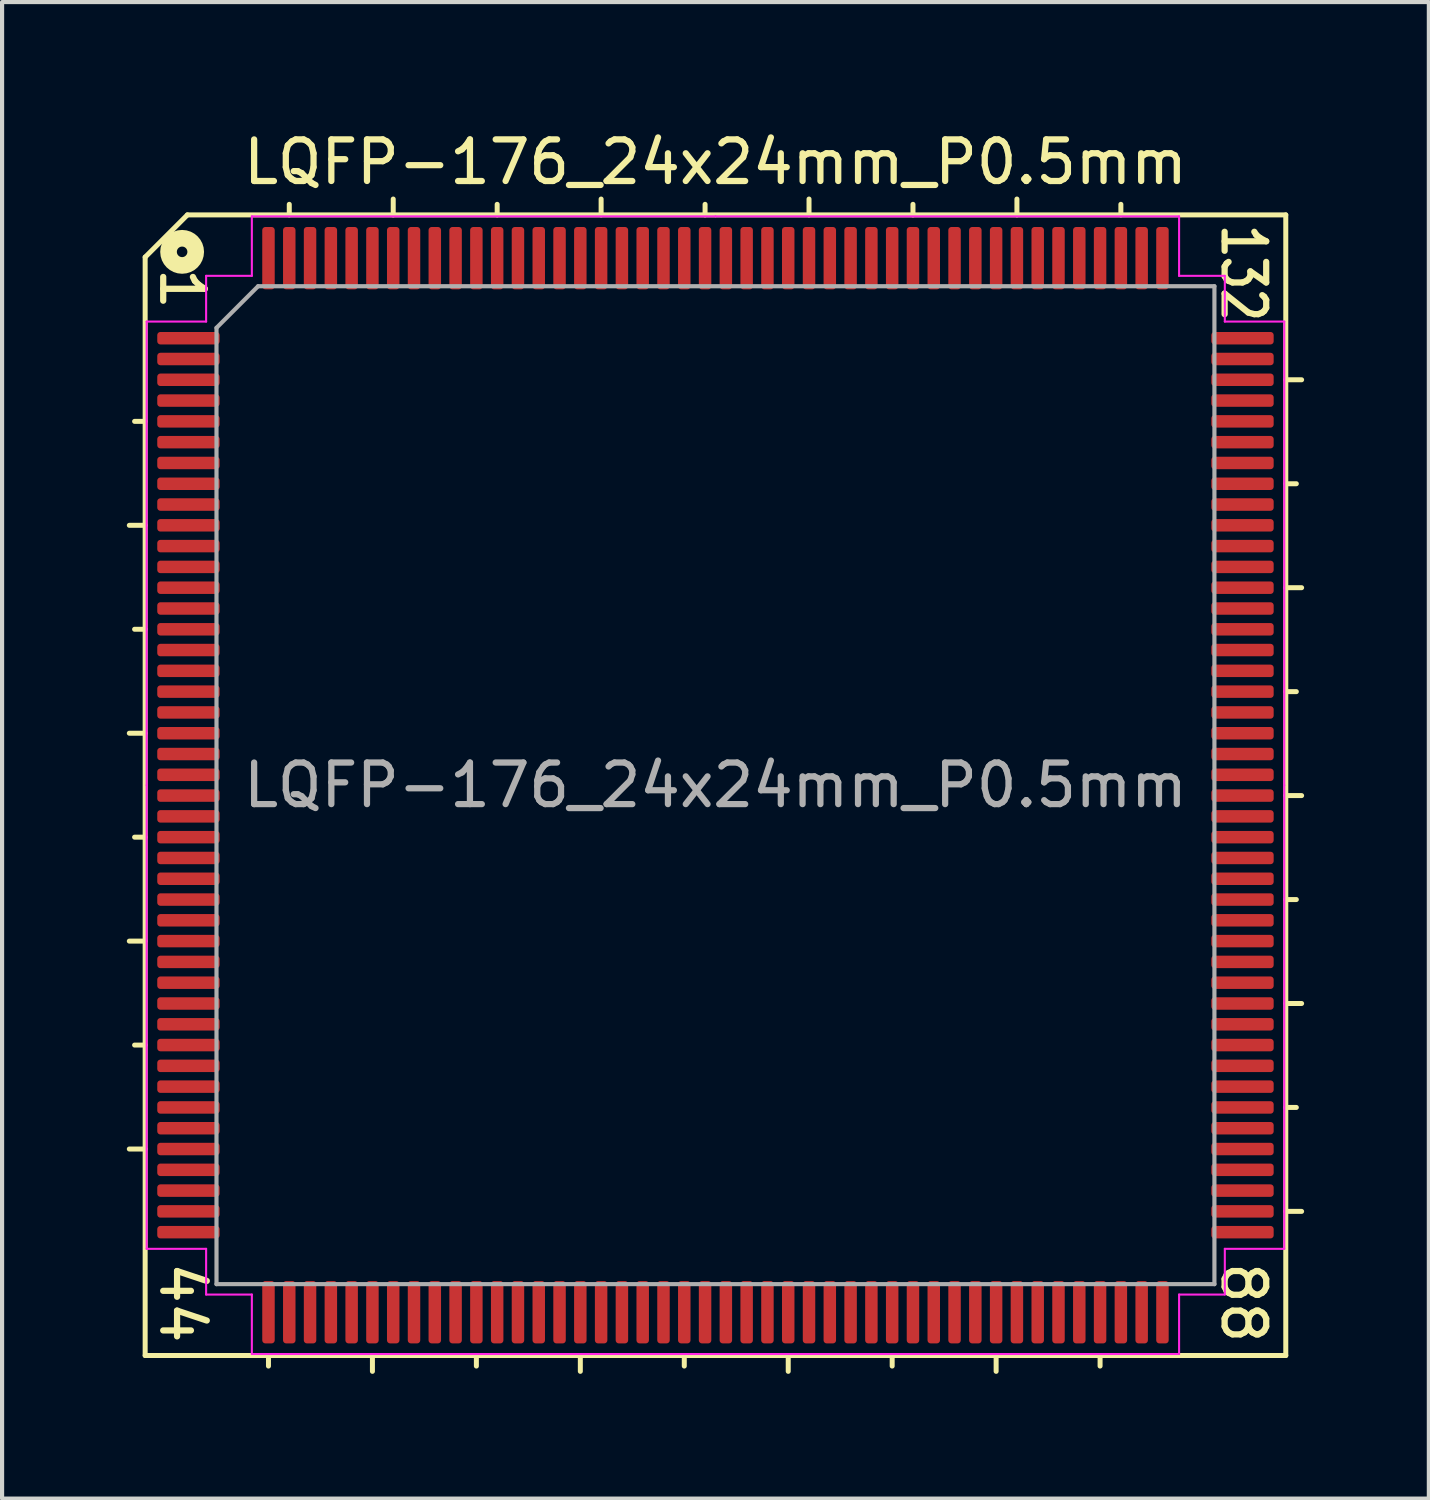
<source format=kicad_pcb>
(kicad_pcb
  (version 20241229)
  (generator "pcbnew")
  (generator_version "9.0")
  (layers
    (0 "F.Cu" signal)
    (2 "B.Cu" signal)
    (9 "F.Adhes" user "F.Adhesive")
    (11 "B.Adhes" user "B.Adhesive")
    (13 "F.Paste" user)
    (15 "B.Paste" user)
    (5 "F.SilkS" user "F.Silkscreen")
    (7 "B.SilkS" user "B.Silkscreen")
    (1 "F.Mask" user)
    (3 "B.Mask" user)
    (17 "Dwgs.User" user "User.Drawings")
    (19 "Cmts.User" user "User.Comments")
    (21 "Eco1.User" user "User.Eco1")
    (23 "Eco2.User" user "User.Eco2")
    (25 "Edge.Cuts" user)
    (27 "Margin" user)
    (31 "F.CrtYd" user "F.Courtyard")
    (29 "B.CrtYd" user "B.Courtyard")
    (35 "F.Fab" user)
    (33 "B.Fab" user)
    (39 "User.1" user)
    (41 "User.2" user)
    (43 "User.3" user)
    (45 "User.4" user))
  (footprint "LQFP-176_24x24mm_P0.5mm"
    (layer "F.Cu")
    (at 14.157 15.834)
    (property "Reference" "LQFP-176_24x24mm_P0.5mm" (at 0 -14.986 0) (layer "F.SilkS") (effects (font (size 1 1) (thickness 0.15))))
    (attr smd)
    (fp_line (start -13.716 -12.7) (end -13.716 13.716) (stroke (width 0.12) (type solid)) (layer "F.SilkS"))
    (fp_line (start -13.716 -8.75) (end -13.97 -8.75) (stroke (width 0.12) (type solid)) (layer "F.SilkS"))
    (fp_line (start -13.716 -6.25) (end -14.097 -6.25) (stroke (width 0.12) (type solid)) (layer "F.SilkS"))
    (fp_line (start -13.716 -3.75) (end -13.97 -3.75) (stroke (width 0.12) (type solid)) (layer "F.SilkS"))
    (fp_line (start -13.716 -1.25) (end -14.097 -1.25) (stroke (width 0.12) (type solid)) (layer "F.SilkS"))
    (fp_line (start -13.716 1.25) (end -13.97 1.25) (stroke (width 0.12) (type solid)) (layer "F.SilkS"))
    (fp_line (start -13.716 3.75) (end -14.097 3.75) (stroke (width 0.12) (type solid)) (layer "F.SilkS"))
    (fp_line (start -13.716 6.25) (end -13.97 6.25) (stroke (width 0.12) (type solid)) (layer "F.SilkS"))
    (fp_line (start -13.716 8.75) (end -14.097 8.75) (stroke (width 0.12) (type solid)) (layer "F.SilkS"))
    (fp_line (start -13.716 13.716) (end 13.716 13.716) (stroke (width 0.12) (type solid)) (layer "F.SilkS"))
    (fp_line (start -12.7 -13.716) (end -13.716 -12.7) (stroke (width 0.12) (type solid)) (layer "F.SilkS"))
    (fp_line (start -10.75 13.716) (end -10.75 13.97) (stroke (width 0.12) (type solid)) (layer "F.SilkS"))
    (fp_line (start -10.25 -13.716) (end -10.25 -13.97) (stroke (width 0.12) (type solid)) (layer "F.SilkS"))
    (fp_line (start -8.25 13.716) (end -8.25 14.097) (stroke (width 0.12) (type solid)) (layer "F.SilkS"))
    (fp_line (start -7.75 -13.716) (end -7.75 -14.097) (stroke (width 0.12) (type solid)) (layer "F.SilkS"))
    (fp_line (start -5.75 13.716) (end -5.75 13.97) (stroke (width 0.12) (type solid)) (layer "F.SilkS"))
    (fp_line (start -5.25 -13.716) (end -5.25 -13.97) (stroke (width 0.12) (type solid)) (layer "F.SilkS"))
    (fp_line (start -3.25 13.716) (end -3.25 14.097) (stroke (width 0.12) (type solid)) (layer "F.SilkS"))
    (fp_line (start -2.75 -13.716) (end -2.75 -14.097) (stroke (width 0.12) (type solid)) (layer "F.SilkS"))
    (fp_line (start -0.75 13.716) (end -0.75 13.97) (stroke (width 0.12) (type solid)) (layer "F.SilkS"))
    (fp_line (start -0.25 -13.716) (end -0.25 -13.97) (stroke (width 0.12) (type solid)) (layer "F.SilkS"))
    (fp_line (start 1.75 13.716) (end 1.75 14.097) (stroke (width 0.12) (type solid)) (layer "F.SilkS"))
    (fp_line (start 2.25 -13.716) (end 2.25 -14.097) (stroke (width 0.12) (type solid)) (layer "F.SilkS"))
    (fp_line (start 4.25 13.716) (end 4.25 13.97) (stroke (width 0.12) (type solid)) (layer "F.SilkS"))
    (fp_line (start 4.75 -13.716) (end 4.75 -13.97) (stroke (width 0.12) (type solid)) (layer "F.SilkS"))
    (fp_line (start 6.75 13.716) (end 6.75 14.097) (stroke (width 0.12) (type solid)) (layer "F.SilkS"))
    (fp_line (start 7.25 -13.716) (end 7.25 -14.097) (stroke (width 0.12) (type solid)) (layer "F.SilkS"))
    (fp_line (start 9.25 13.716) (end 9.25 13.97) (stroke (width 0.12) (type solid)) (layer "F.SilkS"))
    (fp_line (start 9.75 -13.716) (end 9.75 -13.97) (stroke (width 0.12) (type solid)) (layer "F.SilkS"))
    (fp_line (start 13.716 -13.716) (end -12.7 -13.716) (stroke (width 0.12) (type solid)) (layer "F.SilkS"))
    (fp_line (start 13.716 -9.75) (end 14.097 -9.75) (stroke (width 0.12) (type solid)) (layer "F.SilkS"))
    (fp_line (start 13.716 -7.25) (end 13.97 -7.25) (stroke (width 0.12) (type solid)) (layer "F.SilkS"))
    (fp_line (start 13.716 -4.75) (end 14.097 -4.75) (stroke (width 0.12) (type solid)) (layer "F.SilkS"))
    (fp_line (start 13.716 -2.25) (end 13.97 -2.25) (stroke (width 0.12) (type solid)) (layer "F.SilkS"))
    (fp_line (start 13.716 0.25) (end 14.097 0.25) (stroke (width 0.12) (type solid)) (layer "F.SilkS"))
    (fp_line (start 13.716 2.75) (end 13.97 2.75) (stroke (width 0.12) (type solid)) (layer "F.SilkS"))
    (fp_line (start 13.716 5.25) (end 14.097 5.25) (stroke (width 0.12) (type solid)) (layer "F.SilkS"))
    (fp_line (start 13.716 7.75) (end 13.97 7.75) (stroke (width 0.12) (type solid)) (layer "F.SilkS"))
    (fp_line (start 13.716 10.25) (end 14.097 10.25) (stroke (width 0.12) (type solid)) (layer "F.SilkS"))
    (fp_line (start 13.716 13.716) (end 13.716 -13.716) (stroke (width 0.12) (type solid)) (layer "F.SilkS"))
    (fp_circle (center -12.827 -12.827) (end -12.7 -12.827) (stroke (width 0.4) (type solid)) (fill no) (layer "F.SilkS"))
    (fp_line (start -13.68 -11.15) (end -13.68 0) (stroke (width 0.05) (type solid)) (layer "F.CrtYd"))
    (fp_line (start -13.68 11.15) (end -13.68 0) (stroke (width 0.05) (type solid)) (layer "F.CrtYd"))
    (fp_line (start -12.25 -12.25) (end -12.25 -11.15) (stroke (width 0.05) (type solid)) (layer "F.CrtYd"))
    (fp_line (start -12.25 -11.15) (end -13.68 -11.15) (stroke (width 0.05) (type solid)) (layer "F.CrtYd"))
    (fp_line (start -12.25 11.15) (end -13.68 11.15) (stroke (width 0.05) (type solid)) (layer "F.CrtYd"))
    (fp_line (start -12.25 12.25) (end -12.25 11.15) (stroke (width 0.05) (type solid)) (layer "F.CrtYd"))
    (fp_line (start -11.15 -13.68) (end -11.15 -12.25) (stroke (width 0.05) (type solid)) (layer "F.CrtYd"))
    (fp_line (start -11.15 -12.25) (end -12.25 -12.25) (stroke (width 0.05) (type solid)) (layer "F.CrtYd"))
    (fp_line (start -11.15 12.25) (end -12.25 12.25) (stroke (width 0.05) (type solid)) (layer "F.CrtYd"))
    (fp_line (start -11.15 13.68) (end -11.15 12.25) (stroke (width 0.05) (type solid)) (layer "F.CrtYd"))
    (fp_line (start 0 -13.68) (end -11.15 -13.68) (stroke (width 0.05) (type solid)) (layer "F.CrtYd"))
    (fp_line (start 0 -13.68) (end 11.15 -13.68) (stroke (width 0.05) (type solid)) (layer "F.CrtYd"))
    (fp_line (start 0 13.68) (end -11.15 13.68) (stroke (width 0.05) (type solid)) (layer "F.CrtYd"))
    (fp_line (start 0 13.68) (end 11.15 13.68) (stroke (width 0.05) (type solid)) (layer "F.CrtYd"))
    (fp_line (start 11.15 -13.68) (end 11.15 -12.25) (stroke (width 0.05) (type solid)) (layer "F.CrtYd"))
    (fp_line (start 11.15 -12.25) (end 12.25 -12.25) (stroke (width 0.05) (type solid)) (layer "F.CrtYd"))
    (fp_line (start 11.15 12.25) (end 12.25 12.25) (stroke (width 0.05) (type solid)) (layer "F.CrtYd"))
    (fp_line (start 11.15 13.68) (end 11.15 12.25) (stroke (width 0.05) (type solid)) (layer "F.CrtYd"))
    (fp_line (start 12.25 -12.25) (end 12.25 -11.15) (stroke (width 0.05) (type solid)) (layer "F.CrtYd"))
    (fp_line (start 12.25 -11.15) (end 13.68 -11.15) (stroke (width 0.05) (type solid)) (layer "F.CrtYd"))
    (fp_line (start 12.25 11.15) (end 13.68 11.15) (stroke (width 0.05) (type solid)) (layer "F.CrtYd"))
    (fp_line (start 12.25 12.25) (end 12.25 11.15) (stroke (width 0.05) (type solid)) (layer "F.CrtYd"))
    (fp_line (start 13.68 -11.15) (end 13.68 0) (stroke (width 0.05) (type solid)) (layer "F.CrtYd"))
    (fp_line (start 13.68 11.15) (end 13.68 0) (stroke (width 0.05) (type solid)) (layer "F.CrtYd"))
    (fp_line (start -12 -11) (end -11 -12) (stroke (width 0.1) (type solid)) (layer "F.Fab"))
    (fp_line (start -12 12) (end -12 -11) (stroke (width 0.1) (type solid)) (layer "F.Fab"))
    (fp_line (start -11 -12) (end 12 -12) (stroke (width 0.1) (type solid)) (layer "F.Fab"))
    (fp_line (start 12 -12) (end 12 12) (stroke (width 0.1) (type solid)) (layer "F.Fab"))
    (fp_line (start 12 12) (end -12 12) (stroke (width 0.1) (type solid)) (layer "F.Fab"))
    (fp_text user "132" (at 12.7 -12.319 270) (unlocked yes) (layer "F.SilkS") (effects (font (size 1 0.8) (thickness 0.15))))
    (fp_text user "1" (at -12.827 -11.938 270) (unlocked yes) (layer "F.SilkS") (effects (font (size 1 1) (thickness 0.15))))
    (fp_text user "44" (at -12.827 12.446 270) (unlocked yes) (layer "F.SilkS") (effects (font (size 1 1) (thickness 0.15))))
    (fp_text user "88" (at 12.7 12.446 270) (unlocked yes) (layer "F.SilkS") (effects (font (size 1 1) (thickness 0.15))))
    (fp_text user "${REFERENCE}" (at 0 0 0) (layer "F.Fab") (effects (font (size 1 1) (thickness 0.15))))
    (pad "1" smd roundrect (at -12.675 -10.75) (size 1.5 0.3) (layers "F.Cu" "F.Mask" "F.Paste") (roundrect_rratio 0.25))
    (pad "2" smd roundrect (at -12.675 -10.25) (size 1.5 0.3) (layers "F.Cu" "F.Mask" "F.Paste") (roundrect_rratio 0.25))
    (pad "3" smd roundrect (at -12.675 -9.75) (size 1.5 0.3) (layers "F.Cu" "F.Mask" "F.Paste") (roundrect_rratio 0.25))
    (pad "4" smd roundrect (at -12.675 -9.25) (size 1.5 0.3) (layers "F.Cu" "F.Mask" "F.Paste") (roundrect_rratio 0.25))
    (pad "5" smd roundrect (at -12.675 -8.75) (size 1.5 0.3) (layers "F.Cu" "F.Mask" "F.Paste") (roundrect_rratio 0.25))
    (pad "6" smd roundrect (at -12.675 -8.25) (size 1.5 0.3) (layers "F.Cu" "F.Mask" "F.Paste") (roundrect_rratio 0.25))
    (pad "7" smd roundrect (at -12.675 -7.75) (size 1.5 0.3) (layers "F.Cu" "F.Mask" "F.Paste") (roundrect_rratio 0.25))
    (pad "8" smd roundrect (at -12.675 -7.25) (size 1.5 0.3) (layers "F.Cu" "F.Mask" "F.Paste") (roundrect_rratio 0.25))
    (pad "9" smd roundrect (at -12.675 -6.75) (size 1.5 0.3) (layers "F.Cu" "F.Mask" "F.Paste") (roundrect_rratio 0.25))
    (pad "10" smd roundrect (at -12.675 -6.25) (size 1.5 0.3) (layers "F.Cu" "F.Mask" "F.Paste") (roundrect_rratio 0.25))
    (pad "11" smd roundrect (at -12.675 -5.75) (size 1.5 0.3) (layers "F.Cu" "F.Mask" "F.Paste") (roundrect_rratio 0.25))
    (pad "12" smd roundrect (at -12.675 -5.25) (size 1.5 0.3) (layers "F.Cu" "F.Mask" "F.Paste") (roundrect_rratio 0.25))
    (pad "13" smd roundrect (at -12.675 -4.75) (size 1.5 0.3) (layers "F.Cu" "F.Mask" "F.Paste") (roundrect_rratio 0.25))
    (pad "14" smd roundrect (at -12.675 -4.25) (size 1.5 0.3) (layers "F.Cu" "F.Mask" "F.Paste") (roundrect_rratio 0.25))
    (pad "15" smd roundrect (at -12.675 -3.75) (size 1.5 0.3) (layers "F.Cu" "F.Mask" "F.Paste") (roundrect_rratio 0.25))
    (pad "16" smd roundrect (at -12.675 -3.25) (size 1.5 0.3) (layers "F.Cu" "F.Mask" "F.Paste") (roundrect_rratio 0.25))
    (pad "17" smd roundrect (at -12.675 -2.75) (size 1.5 0.3) (layers "F.Cu" "F.Mask" "F.Paste") (roundrect_rratio 0.25))
    (pad "18" smd roundrect (at -12.675 -2.25) (size 1.5 0.3) (layers "F.Cu" "F.Mask" "F.Paste") (roundrect_rratio 0.25))
    (pad "19" smd roundrect (at -12.675 -1.75) (size 1.5 0.3) (layers "F.Cu" "F.Mask" "F.Paste") (roundrect_rratio 0.25))
    (pad "20" smd roundrect (at -12.675 -1.25) (size 1.5 0.3) (layers "F.Cu" "F.Mask" "F.Paste") (roundrect_rratio 0.25))
    (pad "21" smd roundrect (at -12.675 -0.75) (size 1.5 0.3) (layers "F.Cu" "F.Mask" "F.Paste") (roundrect_rratio 0.25))
    (pad "22" smd roundrect (at -12.675 -0.25) (size 1.5 0.3) (layers "F.Cu" "F.Mask" "F.Paste") (roundrect_rratio 0.25))
    (pad "23" smd roundrect (at -12.675 0.25) (size 1.5 0.3) (layers "F.Cu" "F.Mask" "F.Paste") (roundrect_rratio 0.25))
    (pad "24" smd roundrect (at -12.675 0.75) (size 1.5 0.3) (layers "F.Cu" "F.Mask" "F.Paste") (roundrect_rratio 0.25))
    (pad "25" smd roundrect (at -12.675 1.25) (size 1.5 0.3) (layers "F.Cu" "F.Mask" "F.Paste") (roundrect_rratio 0.25))
    (pad "26" smd roundrect (at -12.675 1.75) (size 1.5 0.3) (layers "F.Cu" "F.Mask" "F.Paste") (roundrect_rratio 0.25))
    (pad "27" smd roundrect (at -12.675 2.25) (size 1.5 0.3) (layers "F.Cu" "F.Mask" "F.Paste") (roundrect_rratio 0.25))
    (pad "28" smd roundrect (at -12.675 2.75) (size 1.5 0.3) (layers "F.Cu" "F.Mask" "F.Paste") (roundrect_rratio 0.25))
    (pad "29" smd roundrect (at -12.675 3.25) (size 1.5 0.3) (layers "F.Cu" "F.Mask" "F.Paste") (roundrect_rratio 0.25))
    (pad "30" smd roundrect (at -12.675 3.75) (size 1.5 0.3) (layers "F.Cu" "F.Mask" "F.Paste") (roundrect_rratio 0.25))
    (pad "31" smd roundrect (at -12.675 4.25) (size 1.5 0.3) (layers "F.Cu" "F.Mask" "F.Paste") (roundrect_rratio 0.25))
    (pad "32" smd roundrect (at -12.675 4.75) (size 1.5 0.3) (layers "F.Cu" "F.Mask" "F.Paste") (roundrect_rratio 0.25))
    (pad "33" smd roundrect (at -12.675 5.25) (size 1.5 0.3) (layers "F.Cu" "F.Mask" "F.Paste") (roundrect_rratio 0.25))
    (pad "34" smd roundrect (at -12.675 5.75) (size 1.5 0.3) (layers "F.Cu" "F.Mask" "F.Paste") (roundrect_rratio 0.25))
    (pad "35" smd roundrect (at -12.675 6.25) (size 1.5 0.3) (layers "F.Cu" "F.Mask" "F.Paste") (roundrect_rratio 0.25))
    (pad "36" smd roundrect (at -12.675 6.75) (size 1.5 0.3) (layers "F.Cu" "F.Mask" "F.Paste") (roundrect_rratio 0.25))
    (pad "37" smd roundrect (at -12.675 7.25) (size 1.5 0.3) (layers "F.Cu" "F.Mask" "F.Paste") (roundrect_rratio 0.25))
    (pad "38" smd roundrect (at -12.675 7.75) (size 1.5 0.3) (layers "F.Cu" "F.Mask" "F.Paste") (roundrect_rratio 0.25))
    (pad "39" smd roundrect (at -12.675 8.25) (size 1.5 0.3) (layers "F.Cu" "F.Mask" "F.Paste") (roundrect_rratio 0.25))
    (pad "40" smd roundrect (at -12.675 8.75) (size 1.5 0.3) (layers "F.Cu" "F.Mask" "F.Paste") (roundrect_rratio 0.25))
    (pad "41" smd roundrect (at -12.675 9.25) (size 1.5 0.3) (layers "F.Cu" "F.Mask" "F.Paste") (roundrect_rratio 0.25))
    (pad "42" smd roundrect (at -12.675 9.75) (size 1.5 0.3) (layers "F.Cu" "F.Mask" "F.Paste") (roundrect_rratio 0.25))
    (pad "43" smd roundrect (at -12.675 10.25) (size 1.5 0.3) (layers "F.Cu" "F.Mask" "F.Paste") (roundrect_rratio 0.25))
    (pad "44" smd roundrect (at -12.675 10.75) (size 1.5 0.3) (layers "F.Cu" "F.Mask" "F.Paste") (roundrect_rratio 0.25))
    (pad "45" smd roundrect (at -10.75 12.675) (size 0.3 1.5) (layers "F.Cu" "F.Mask" "F.Paste") (roundrect_rratio 0.25))
    (pad "46" smd roundrect (at -10.25 12.675) (size 0.3 1.5) (layers "F.Cu" "F.Mask" "F.Paste") (roundrect_rratio 0.25))
    (pad "47" smd roundrect (at -9.75 12.675) (size 0.3 1.5) (layers "F.Cu" "F.Mask" "F.Paste") (roundrect_rratio 0.25))
    (pad "48" smd roundrect (at -9.25 12.675) (size 0.3 1.5) (layers "F.Cu" "F.Mask" "F.Paste") (roundrect_rratio 0.25))
    (pad "49" smd roundrect (at -8.75 12.675) (size 0.3 1.5) (layers "F.Cu" "F.Mask" "F.Paste") (roundrect_rratio 0.25))
    (pad "50" smd roundrect (at -8.25 12.675) (size 0.3 1.5) (layers "F.Cu" "F.Mask" "F.Paste") (roundrect_rratio 0.25))
    (pad "51" smd roundrect (at -7.75 12.675) (size 0.3 1.5) (layers "F.Cu" "F.Mask" "F.Paste") (roundrect_rratio 0.25))
    (pad "52" smd roundrect (at -7.25 12.675) (size 0.3 1.5) (layers "F.Cu" "F.Mask" "F.Paste") (roundrect_rratio 0.25))
    (pad "53" smd roundrect (at -6.75 12.675) (size 0.3 1.5) (layers "F.Cu" "F.Mask" "F.Paste") (roundrect_rratio 0.25))
    (pad "54" smd roundrect (at -6.25 12.675) (size 0.3 1.5) (layers "F.Cu" "F.Mask" "F.Paste") (roundrect_rratio 0.25))
    (pad "55" smd roundrect (at -5.75 12.675) (size 0.3 1.5) (layers "F.Cu" "F.Mask" "F.Paste") (roundrect_rratio 0.25))
    (pad "56" smd roundrect (at -5.25 12.675) (size 0.3 1.5) (layers "F.Cu" "F.Mask" "F.Paste") (roundrect_rratio 0.25))
    (pad "57" smd roundrect (at -4.75 12.675) (size 0.3 1.5) (layers "F.Cu" "F.Mask" "F.Paste") (roundrect_rratio 0.25))
    (pad "58" smd roundrect (at -4.25 12.675) (size 0.3 1.5) (layers "F.Cu" "F.Mask" "F.Paste") (roundrect_rratio 0.25))
    (pad "59" smd roundrect (at -3.75 12.675) (size 0.3 1.5) (layers "F.Cu" "F.Mask" "F.Paste") (roundrect_rratio 0.25))
    (pad "60" smd roundrect (at -3.25 12.675) (size 0.3 1.5) (layers "F.Cu" "F.Mask" "F.Paste") (roundrect_rratio 0.25))
    (pad "61" smd roundrect (at -2.75 12.675) (size 0.3 1.5) (layers "F.Cu" "F.Mask" "F.Paste") (roundrect_rratio 0.25))
    (pad "62" smd roundrect (at -2.25 12.675) (size 0.3 1.5) (layers "F.Cu" "F.Mask" "F.Paste") (roundrect_rratio 0.25))
    (pad "63" smd roundrect (at -1.75 12.675) (size 0.3 1.5) (layers "F.Cu" "F.Mask" "F.Paste") (roundrect_rratio 0.25))
    (pad "64" smd roundrect (at -1.25 12.675) (size 0.3 1.5) (layers "F.Cu" "F.Mask" "F.Paste") (roundrect_rratio 0.25))
    (pad "65" smd roundrect (at -0.75 12.675) (size 0.3 1.5) (layers "F.Cu" "F.Mask" "F.Paste") (roundrect_rratio 0.25))
    (pad "66" smd roundrect (at -0.25 12.675) (size 0.3 1.5) (layers "F.Cu" "F.Mask" "F.Paste") (roundrect_rratio 0.25))
    (pad "67" smd roundrect (at 0.25 12.675) (size 0.3 1.5) (layers "F.Cu" "F.Mask" "F.Paste") (roundrect_rratio 0.25))
    (pad "68" smd roundrect (at 0.75 12.675) (size 0.3 1.5) (layers "F.Cu" "F.Mask" "F.Paste") (roundrect_rratio 0.25))
    (pad "69" smd roundrect (at 1.25 12.675) (size 0.3 1.5) (layers "F.Cu" "F.Mask" "F.Paste") (roundrect_rratio 0.25))
    (pad "70" smd roundrect (at 1.75 12.675) (size 0.3 1.5) (layers "F.Cu" "F.Mask" "F.Paste") (roundrect_rratio 0.25))
    (pad "71" smd roundrect (at 2.25 12.675) (size 0.3 1.5) (layers "F.Cu" "F.Mask" "F.Paste") (roundrect_rratio 0.25))
    (pad "72" smd roundrect (at 2.75 12.675) (size 0.3 1.5) (layers "F.Cu" "F.Mask" "F.Paste") (roundrect_rratio 0.25))
    (pad "73" smd roundrect (at 3.25 12.675) (size 0.3 1.5) (layers "F.Cu" "F.Mask" "F.Paste") (roundrect_rratio 0.25))
    (pad "74" smd roundrect (at 3.75 12.675) (size 0.3 1.5) (layers "F.Cu" "F.Mask" "F.Paste") (roundrect_rratio 0.25))
    (pad "75" smd roundrect (at 4.25 12.675) (size 0.3 1.5) (layers "F.Cu" "F.Mask" "F.Paste") (roundrect_rratio 0.25))
    (pad "76" smd roundrect (at 4.75 12.675) (size 0.3 1.5) (layers "F.Cu" "F.Mask" "F.Paste") (roundrect_rratio 0.25))
    (pad "77" smd roundrect (at 5.25 12.675) (size 0.3 1.5) (layers "F.Cu" "F.Mask" "F.Paste") (roundrect_rratio 0.25))
    (pad "78" smd roundrect (at 5.75 12.675) (size 0.3 1.5) (layers "F.Cu" "F.Mask" "F.Paste") (roundrect_rratio 0.25))
    (pad "79" smd roundrect (at 6.25 12.675) (size 0.3 1.5) (layers "F.Cu" "F.Mask" "F.Paste") (roundrect_rratio 0.25))
    (pad "80" smd roundrect (at 6.75 12.675) (size 0.3 1.5) (layers "F.Cu" "F.Mask" "F.Paste") (roundrect_rratio 0.25))
    (pad "81" smd roundrect (at 7.25 12.675) (size 0.3 1.5) (layers "F.Cu" "F.Mask" "F.Paste") (roundrect_rratio 0.25))
    (pad "82" smd roundrect (at 7.75 12.675) (size 0.3 1.5) (layers "F.Cu" "F.Mask" "F.Paste") (roundrect_rratio 0.25))
    (pad "83" smd roundrect (at 8.25 12.675) (size 0.3 1.5) (layers "F.Cu" "F.Mask" "F.Paste") (roundrect_rratio 0.25))
    (pad "84" smd roundrect (at 8.75 12.675) (size 0.3 1.5) (layers "F.Cu" "F.Mask" "F.Paste") (roundrect_rratio 0.25))
    (pad "85" smd roundrect (at 9.25 12.675) (size 0.3 1.5) (layers "F.Cu" "F.Mask" "F.Paste") (roundrect_rratio 0.25))
    (pad "86" smd roundrect (at 9.75 12.675) (size 0.3 1.5) (layers "F.Cu" "F.Mask" "F.Paste") (roundrect_rratio 0.25))
    (pad "87" smd roundrect (at 10.25 12.675) (size 0.3 1.5) (layers "F.Cu" "F.Mask" "F.Paste") (roundrect_rratio 0.25))
    (pad "88" smd roundrect (at 10.75 12.675) (size 0.3 1.5) (layers "F.Cu" "F.Mask" "F.Paste") (roundrect_rratio 0.25))
    (pad "89" smd roundrect (at 12.675 10.75) (size 1.5 0.3) (layers "F.Cu" "F.Mask" "F.Paste") (roundrect_rratio 0.25))
    (pad "90" smd roundrect (at 12.675 10.25) (size 1.5 0.3) (layers "F.Cu" "F.Mask" "F.Paste") (roundrect_rratio 0.25))
    (pad "91" smd roundrect (at 12.675 9.75) (size 1.5 0.3) (layers "F.Cu" "F.Mask" "F.Paste") (roundrect_rratio 0.25))
    (pad "92" smd roundrect (at 12.675 9.25) (size 1.5 0.3) (layers "F.Cu" "F.Mask" "F.Paste") (roundrect_rratio 0.25))
    (pad "93" smd roundrect (at 12.675 8.75) (size 1.5 0.3) (layers "F.Cu" "F.Mask" "F.Paste") (roundrect_rratio 0.25))
    (pad "94" smd roundrect (at 12.675 8.25) (size 1.5 0.3) (layers "F.Cu" "F.Mask" "F.Paste") (roundrect_rratio 0.25))
    (pad "95" smd roundrect (at 12.675 7.75) (size 1.5 0.3) (layers "F.Cu" "F.Mask" "F.Paste") (roundrect_rratio 0.25))
    (pad "96" smd roundrect (at 12.675 7.25) (size 1.5 0.3) (layers "F.Cu" "F.Mask" "F.Paste") (roundrect_rratio 0.25))
    (pad "97" smd roundrect (at 12.675 6.75) (size 1.5 0.3) (layers "F.Cu" "F.Mask" "F.Paste") (roundrect_rratio 0.25))
    (pad "98" smd roundrect (at 12.675 6.25) (size 1.5 0.3) (layers "F.Cu" "F.Mask" "F.Paste") (roundrect_rratio 0.25))
    (pad "99" smd roundrect (at 12.675 5.75) (size 1.5 0.3) (layers "F.Cu" "F.Mask" "F.Paste") (roundrect_rratio 0.25))
    (pad "100" smd roundrect (at 12.675 5.25) (size 1.5 0.3) (layers "F.Cu" "F.Mask" "F.Paste") (roundrect_rratio 0.25))
    (pad "101" smd roundrect (at 12.675 4.75) (size 1.5 0.3) (layers "F.Cu" "F.Mask" "F.Paste") (roundrect_rratio 0.25))
    (pad "102" smd roundrect (at 12.675 4.25) (size 1.5 0.3) (layers "F.Cu" "F.Mask" "F.Paste") (roundrect_rratio 0.25))
    (pad "103" smd roundrect (at 12.675 3.75) (size 1.5 0.3) (layers "F.Cu" "F.Mask" "F.Paste") (roundrect_rratio 0.25))
    (pad "104" smd roundrect (at 12.675 3.25) (size 1.5 0.3) (layers "F.Cu" "F.Mask" "F.Paste") (roundrect_rratio 0.25))
    (pad "105" smd roundrect (at 12.675 2.75) (size 1.5 0.3) (layers "F.Cu" "F.Mask" "F.Paste") (roundrect_rratio 0.25))
    (pad "106" smd roundrect (at 12.675 2.25) (size 1.5 0.3) (layers "F.Cu" "F.Mask" "F.Paste") (roundrect_rratio 0.25))
    (pad "107" smd roundrect (at 12.675 1.75) (size 1.5 0.3) (layers "F.Cu" "F.Mask" "F.Paste") (roundrect_rratio 0.25))
    (pad "108" smd roundrect (at 12.675 1.25) (size 1.5 0.3) (layers "F.Cu" "F.Mask" "F.Paste") (roundrect_rratio 0.25))
    (pad "109" smd roundrect (at 12.675 0.75) (size 1.5 0.3) (layers "F.Cu" "F.Mask" "F.Paste") (roundrect_rratio 0.25))
    (pad "110" smd roundrect (at 12.675 0.25) (size 1.5 0.3) (layers "F.Cu" "F.Mask" "F.Paste") (roundrect_rratio 0.25))
    (pad "111" smd roundrect (at 12.675 -0.25) (size 1.5 0.3) (layers "F.Cu" "F.Mask" "F.Paste") (roundrect_rratio 0.25))
    (pad "112" smd roundrect (at 12.675 -0.75) (size 1.5 0.3) (layers "F.Cu" "F.Mask" "F.Paste") (roundrect_rratio 0.25))
    (pad "113" smd roundrect (at 12.675 -1.25) (size 1.5 0.3) (layers "F.Cu" "F.Mask" "F.Paste") (roundrect_rratio 0.25))
    (pad "114" smd roundrect (at 12.675 -1.75) (size 1.5 0.3) (layers "F.Cu" "F.Mask" "F.Paste") (roundrect_rratio 0.25))
    (pad "115" smd roundrect (at 12.675 -2.25) (size 1.5 0.3) (layers "F.Cu" "F.Mask" "F.Paste") (roundrect_rratio 0.25))
    (pad "116" smd roundrect (at 12.675 -2.75) (size 1.5 0.3) (layers "F.Cu" "F.Mask" "F.Paste") (roundrect_rratio 0.25))
    (pad "117" smd roundrect (at 12.675 -3.25) (size 1.5 0.3) (layers "F.Cu" "F.Mask" "F.Paste") (roundrect_rratio 0.25))
    (pad "118" smd roundrect (at 12.675 -3.75) (size 1.5 0.3) (layers "F.Cu" "F.Mask" "F.Paste") (roundrect_rratio 0.25))
    (pad "119" smd roundrect (at 12.675 -4.25) (size 1.5 0.3) (layers "F.Cu" "F.Mask" "F.Paste") (roundrect_rratio 0.25))
    (pad "120" smd roundrect (at 12.675 -4.75) (size 1.5 0.3) (layers "F.Cu" "F.Mask" "F.Paste") (roundrect_rratio 0.25))
    (pad "121" smd roundrect (at 12.675 -5.25) (size 1.5 0.3) (layers "F.Cu" "F.Mask" "F.Paste") (roundrect_rratio 0.25))
    (pad "122" smd roundrect (at 12.675 -5.75) (size 1.5 0.3) (layers "F.Cu" "F.Mask" "F.Paste") (roundrect_rratio 0.25))
    (pad "123" smd roundrect (at 12.675 -6.25) (size 1.5 0.3) (layers "F.Cu" "F.Mask" "F.Paste") (roundrect_rratio 0.25))
    (pad "124" smd roundrect (at 12.675 -6.75) (size 1.5 0.3) (layers "F.Cu" "F.Mask" "F.Paste") (roundrect_rratio 0.25))
    (pad "125" smd roundrect (at 12.675 -7.25) (size 1.5 0.3) (layers "F.Cu" "F.Mask" "F.Paste") (roundrect_rratio 0.25))
    (pad "126" smd roundrect (at 12.675 -7.75) (size 1.5 0.3) (layers "F.Cu" "F.Mask" "F.Paste") (roundrect_rratio 0.25))
    (pad "127" smd roundrect (at 12.675 -8.25) (size 1.5 0.3) (layers "F.Cu" "F.Mask" "F.Paste") (roundrect_rratio 0.25))
    (pad "128" smd roundrect (at 12.675 -8.75) (size 1.5 0.3) (layers "F.Cu" "F.Mask" "F.Paste") (roundrect_rratio 0.25))
    (pad "129" smd roundrect (at 12.675 -9.25) (size 1.5 0.3) (layers "F.Cu" "F.Mask" "F.Paste") (roundrect_rratio 0.25))
    (pad "130" smd roundrect (at 12.675 -9.75) (size 1.5 0.3) (layers "F.Cu" "F.Mask" "F.Paste") (roundrect_rratio 0.25))
    (pad "131" smd roundrect (at 12.675 -10.25) (size 1.5 0.3) (layers "F.Cu" "F.Mask" "F.Paste") (roundrect_rratio 0.25))
    (pad "132" smd roundrect (at 12.675 -10.75) (size 1.5 0.3) (layers "F.Cu" "F.Mask" "F.Paste") (roundrect_rratio 0.25))
    (pad "133" smd roundrect (at 10.75 -12.675) (size 0.3 1.5) (layers "F.Cu" "F.Mask" "F.Paste") (roundrect_rratio 0.25))
    (pad "134" smd roundrect (at 10.25 -12.675) (size 0.3 1.5) (layers "F.Cu" "F.Mask" "F.Paste") (roundrect_rratio 0.25))
    (pad "135" smd roundrect (at 9.75 -12.675) (size 0.3 1.5) (layers "F.Cu" "F.Mask" "F.Paste") (roundrect_rratio 0.25))
    (pad "136" smd roundrect (at 9.25 -12.675) (size 0.3 1.5) (layers "F.Cu" "F.Mask" "F.Paste") (roundrect_rratio 0.25))
    (pad "137" smd roundrect (at 8.75 -12.675) (size 0.3 1.5) (layers "F.Cu" "F.Mask" "F.Paste") (roundrect_rratio 0.25))
    (pad "138" smd roundrect (at 8.25 -12.675) (size 0.3 1.5) (layers "F.Cu" "F.Mask" "F.Paste") (roundrect_rratio 0.25))
    (pad "139" smd roundrect (at 7.75 -12.675) (size 0.3 1.5) (layers "F.Cu" "F.Mask" "F.Paste") (roundrect_rratio 0.25))
    (pad "140" smd roundrect (at 7.25 -12.675) (size 0.3 1.5) (layers "F.Cu" "F.Mask" "F.Paste") (roundrect_rratio 0.25))
    (pad "141" smd roundrect (at 6.75 -12.675) (size 0.3 1.5) (layers "F.Cu" "F.Mask" "F.Paste") (roundrect_rratio 0.25))
    (pad "142" smd roundrect (at 6.25 -12.675) (size 0.3 1.5) (layers "F.Cu" "F.Mask" "F.Paste") (roundrect_rratio 0.25))
    (pad "143" smd roundrect (at 5.75 -12.675) (size 0.3 1.5) (layers "F.Cu" "F.Mask" "F.Paste") (roundrect_rratio 0.25))
    (pad "144" smd roundrect (at 5.25 -12.675) (size 0.3 1.5) (layers "F.Cu" "F.Mask" "F.Paste") (roundrect_rratio 0.25))
    (pad "145" smd roundrect (at 4.75 -12.675) (size 0.3 1.5) (layers "F.Cu" "F.Mask" "F.Paste") (roundrect_rratio 0.25))
    (pad "146" smd roundrect (at 4.25 -12.675) (size 0.3 1.5) (layers "F.Cu" "F.Mask" "F.Paste") (roundrect_rratio 0.25))
    (pad "147" smd roundrect (at 3.75 -12.675) (size 0.3 1.5) (layers "F.Cu" "F.Mask" "F.Paste") (roundrect_rratio 0.25))
    (pad "148" smd roundrect (at 3.25 -12.675) (size 0.3 1.5) (layers "F.Cu" "F.Mask" "F.Paste") (roundrect_rratio 0.25))
    (pad "149" smd roundrect (at 2.75 -12.675) (size 0.3 1.5) (layers "F.Cu" "F.Mask" "F.Paste") (roundrect_rratio 0.25))
    (pad "150" smd roundrect (at 2.25 -12.675) (size 0.3 1.5) (layers "F.Cu" "F.Mask" "F.Paste") (roundrect_rratio 0.25))
    (pad "151" smd roundrect (at 1.75 -12.675) (size 0.3 1.5) (layers "F.Cu" "F.Mask" "F.Paste") (roundrect_rratio 0.25))
    (pad "152" smd roundrect (at 1.25 -12.675) (size 0.3 1.5) (layers "F.Cu" "F.Mask" "F.Paste") (roundrect_rratio 0.25))
    (pad "153" smd roundrect (at 0.75 -12.675) (size 0.3 1.5) (layers "F.Cu" "F.Mask" "F.Paste") (roundrect_rratio 0.25))
    (pad "154" smd roundrect (at 0.25 -12.675) (size 0.3 1.5) (layers "F.Cu" "F.Mask" "F.Paste") (roundrect_rratio 0.25))
    (pad "155" smd roundrect (at -0.25 -12.675) (size 0.3 1.5) (layers "F.Cu" "F.Mask" "F.Paste") (roundrect_rratio 0.25))
    (pad "156" smd roundrect (at -0.75 -12.675) (size 0.3 1.5) (layers "F.Cu" "F.Mask" "F.Paste") (roundrect_rratio 0.25))
    (pad "157" smd roundrect (at -1.25 -12.675) (size 0.3 1.5) (layers "F.Cu" "F.Mask" "F.Paste") (roundrect_rratio 0.25))
    (pad "158" smd roundrect (at -1.75 -12.675) (size 0.3 1.5) (layers "F.Cu" "F.Mask" "F.Paste") (roundrect_rratio 0.25))
    (pad "159" smd roundrect (at -2.25 -12.675) (size 0.3 1.5) (layers "F.Cu" "F.Mask" "F.Paste") (roundrect_rratio 0.25))
    (pad "160" smd roundrect (at -2.75 -12.675) (size 0.3 1.5) (layers "F.Cu" "F.Mask" "F.Paste") (roundrect_rratio 0.25))
    (pad "161" smd roundrect (at -3.25 -12.675) (size 0.3 1.5) (layers "F.Cu" "F.Mask" "F.Paste") (roundrect_rratio 0.25))
    (pad "162" smd roundrect (at -3.75 -12.675) (size 0.3 1.5) (layers "F.Cu" "F.Mask" "F.Paste") (roundrect_rratio 0.25))
    (pad "163" smd roundrect (at -4.25 -12.675) (size 0.3 1.5) (layers "F.Cu" "F.Mask" "F.Paste") (roundrect_rratio 0.25))
    (pad "164" smd roundrect (at -4.75 -12.675) (size 0.3 1.5) (layers "F.Cu" "F.Mask" "F.Paste") (roundrect_rratio 0.25))
    (pad "165" smd roundrect (at -5.25 -12.675) (size 0.3 1.5) (layers "F.Cu" "F.Mask" "F.Paste") (roundrect_rratio 0.25))
    (pad "166" smd roundrect (at -5.75 -12.675) (size 0.3 1.5) (layers "F.Cu" "F.Mask" "F.Paste") (roundrect_rratio 0.25))
    (pad "167" smd roundrect (at -6.25 -12.675) (size 0.3 1.5) (layers "F.Cu" "F.Mask" "F.Paste") (roundrect_rratio 0.25))
    (pad "168" smd roundrect (at -6.75 -12.675) (size 0.3 1.5) (layers "F.Cu" "F.Mask" "F.Paste") (roundrect_rratio 0.25))
    (pad "169" smd roundrect (at -7.25 -12.675) (size 0.3 1.5) (layers "F.Cu" "F.Mask" "F.Paste") (roundrect_rratio 0.25))
    (pad "170" smd roundrect (at -7.75 -12.675) (size 0.3 1.5) (layers "F.Cu" "F.Mask" "F.Paste") (roundrect_rratio 0.25))
    (pad "171" smd roundrect (at -8.25 -12.675) (size 0.3 1.5) (layers "F.Cu" "F.Mask" "F.Paste") (roundrect_rratio 0.25))
    (pad "172" smd roundrect (at -8.75 -12.675) (size 0.3 1.5) (layers "F.Cu" "F.Mask" "F.Paste") (roundrect_rratio 0.25))
    (pad "173" smd roundrect (at -9.25 -12.675) (size 0.3 1.5) (layers "F.Cu" "F.Mask" "F.Paste") (roundrect_rratio 0.25))
    (pad "174" smd roundrect (at -9.75 -12.675) (size 0.3 1.5) (layers "F.Cu" "F.Mask" "F.Paste") (roundrect_rratio 0.25))
    (pad "175" smd roundrect (at -10.25 -12.675) (size 0.3 1.5) (layers "F.Cu" "F.Mask" "F.Paste") (roundrect_rratio 0.25))
    (pad "176" smd roundrect (at -10.75 -12.675) (size 0.3 1.5) (layers "F.Cu" "F.Mask" "F.Paste") (roundrect_rratio 0.25)))
  (gr_rect
    (start -3 -3)
    (end 31.314 32.991)
    (stroke (width 0.1) (type default))
    (fill no)
    (layer "Edge.Cuts")))
</source>
